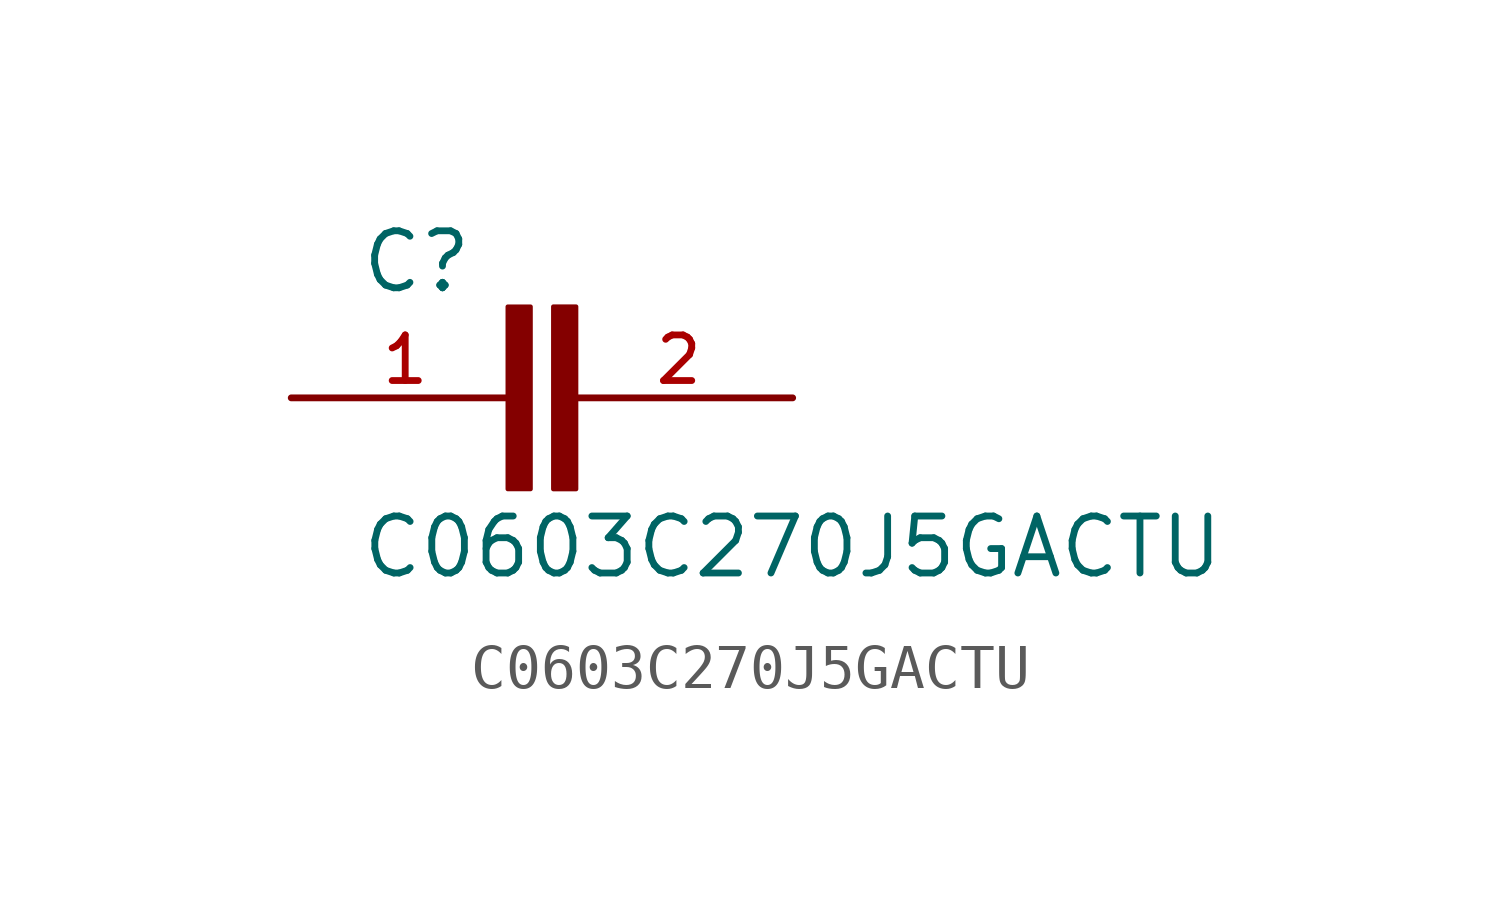
<source format=kicad_sym>
(kicad_symbol_lib
  (version 20211014)
  (generator kicad_symbol_editor)
  (symbol "C0603C270J5GACTU"
    (pin_names
      (offset 1.016))
    (property "Reference" "C"
      (at -4.071 2.29 0)
      (effects (font (size 1.27 1.27)) (justify bottom left)))
    (property "Value" "C0603C270J5GACTU"
      (at -4.067 -4.067 0)
      (effects (font (size 1.27 1.27)) (justify bottom left)))
    (symbol "C0603C270J5GACTU_0_0"
      (rectangle (start -0.762 -2.032) (end -0.254 2.032) (stroke (width 0.1)) (fill (type outline)))
      (rectangle (start 0.253 -2.033) (end 0.761 2.033) (stroke (width 0.1)) (fill (type outline)))
      (pin passive line (at -5.588 0.0 0) (length 5.08) (name "~" (effects (font (size 1.016 1.016)))) (number "1" (effects (font (size 1.016 1.016)))))
      (pin passive line (at 5.588 0.0 180.0) (length 5.08) (name "~" (effects (font (size 1.016 1.016)))) (number "2" (effects (font (size 1.016 1.016))))))))
</source>
